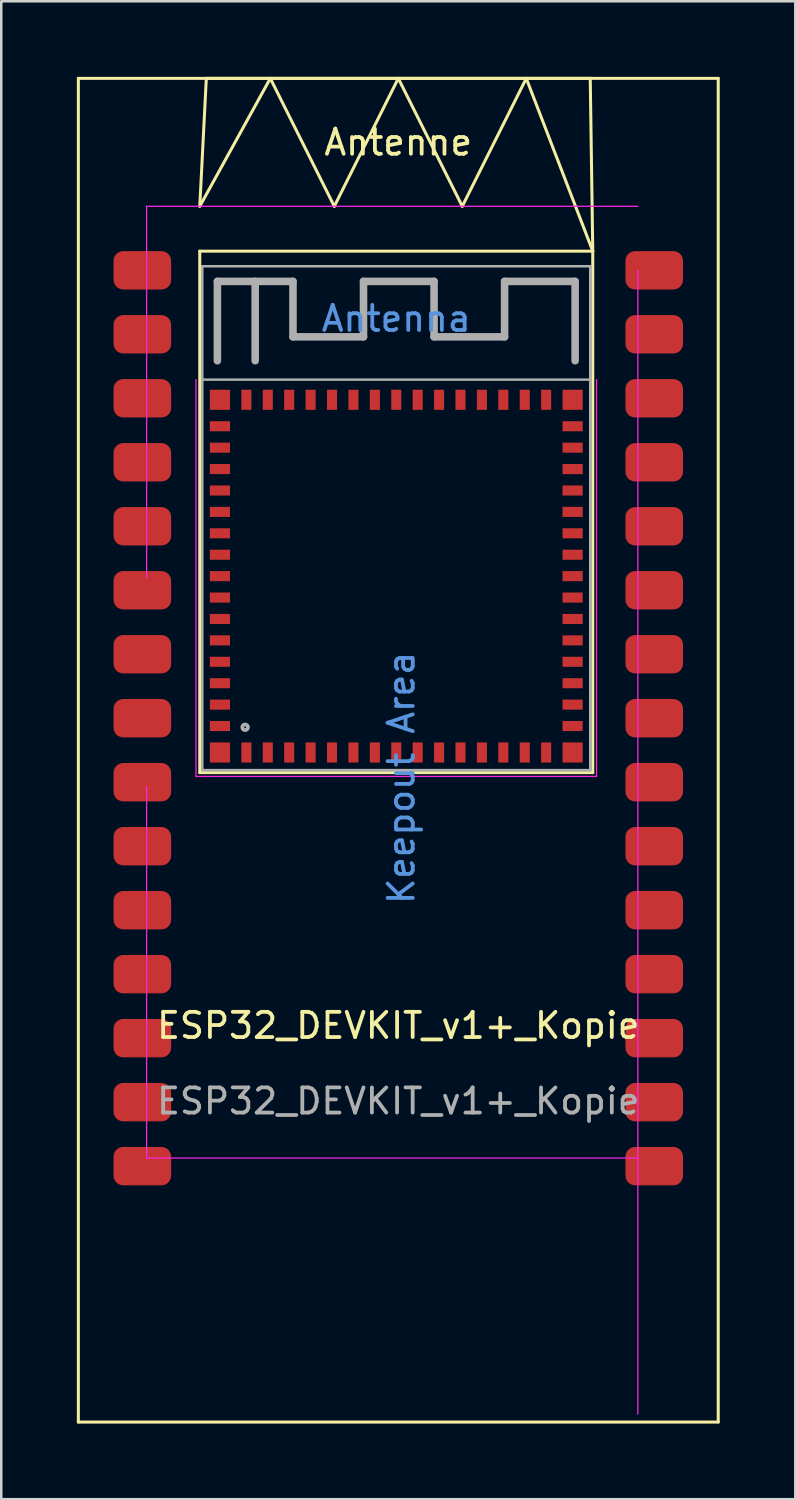
<source format=kicad_pcb>
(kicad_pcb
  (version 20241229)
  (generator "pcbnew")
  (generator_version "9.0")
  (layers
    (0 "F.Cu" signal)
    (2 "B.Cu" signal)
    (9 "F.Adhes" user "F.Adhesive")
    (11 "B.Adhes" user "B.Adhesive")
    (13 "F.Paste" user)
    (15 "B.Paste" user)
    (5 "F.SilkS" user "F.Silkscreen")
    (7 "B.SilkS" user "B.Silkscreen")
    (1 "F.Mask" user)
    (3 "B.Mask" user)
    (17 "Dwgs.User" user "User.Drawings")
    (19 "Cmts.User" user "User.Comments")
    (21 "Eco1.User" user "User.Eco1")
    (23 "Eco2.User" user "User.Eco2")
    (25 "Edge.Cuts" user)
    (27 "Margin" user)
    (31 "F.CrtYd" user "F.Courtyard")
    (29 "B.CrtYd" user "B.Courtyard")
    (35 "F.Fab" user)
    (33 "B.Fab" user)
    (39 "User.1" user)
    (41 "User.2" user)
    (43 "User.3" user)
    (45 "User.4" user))
  (footprint "ESP32_DEVKIT_v1+_Kopie"
    (layer "F.Cu")
    (at 12.76 38.16)
    (property "Reference" "ESP32_DEVKIT_v1+_Kopie" (at 0 -0.5 0) (unlocked yes) (layer "F.SilkS") (effects (font (size 1 1) (thickness 0.15))))
    (attr smd)
    (fp_line (start -12.7 -38.1) (end -12.7 15.24) (stroke (width 0.12) (type solid)) (layer "F.SilkS"))
    (fp_line (start -12.7 -38.1) (end 12.7 -38.1) (stroke (width 0.12) (type solid)) (layer "F.SilkS"))
    (fp_line (start -7.88 -33.02) (end -5.08 -38.1) (stroke (width 0.12) (type solid)) (layer "F.SilkS"))
    (fp_line (start -7.88 -31.24) (end 7.72 -31.24) (stroke (width 0.12) (type solid)) (layer "F.SilkS"))
    (fp_line (start -7.88 -10.54) (end -7.88 -31.24) (stroke (width 0.12) (type solid)) (layer "F.SilkS"))
    (fp_line (start -7.62 -38.1) (end -7.88 -33.02) (stroke (width 0.12) (type solid)) (layer "F.SilkS"))
    (fp_line (start -5.08 -38.1) (end -2.54 -33.02) (stroke (width 0.12) (type solid)) (layer "F.SilkS"))
    (fp_line (start -2.54 -33.02) (end 0 -38.1) (stroke (width 0.12) (type solid)) (layer "F.SilkS"))
    (fp_line (start 0 -38.1) (end 2.54 -33.02) (stroke (width 0.12) (type solid)) (layer "F.SilkS"))
    (fp_line (start 2.54 -33.02) (end 5.08 -38.1) (stroke (width 0.12) (type solid)) (layer "F.SilkS"))
    (fp_line (start 5.08 -38.1) (end 7.72 -31.24) (stroke (width 0.12) (type solid)) (layer "F.SilkS"))
    (fp_line (start 7.62 -38.1) (end -7.62 -38.1) (stroke (width 0.12) (type solid)) (layer "F.SilkS"))
    (fp_line (start 7.72 -31.24) (end 7.62 -38.1) (stroke (width 0.12) (type solid)) (layer "F.SilkS"))
    (fp_line (start 7.72 -31.24) (end 7.72 -10.54) (stroke (width 0.12) (type solid)) (layer "F.SilkS"))
    (fp_line (start 7.72 -10.54) (end -7.88 -10.54) (stroke (width 0.12) (type solid)) (layer "F.SilkS"))
    (fp_line (start 12.7 -38.1) (end 12.7 15.24) (stroke (width 0.12) (type solid)) (layer "F.SilkS"))
    (fp_line (start 12.7 15.24) (end -12.7 15.24) (stroke (width 0.12) (type solid)) (layer "F.SilkS"))
    (fp_line (start -9.99 -33.02) (end 9.51 -33.02) (stroke (width 0.05) (type solid)) (layer "F.CrtYd"))
    (fp_line (start -9.99 -18.27) (end -9.99 -33.02) (stroke (width 0.05) (type solid)) (layer "F.CrtYd"))
    (fp_line (start -9.99 -9.99) (end -9.99 4.76) (stroke (width 0.05) (type solid)) (layer "F.CrtYd"))
    (fp_line (start -9.99 4.76) (end 9.51 4.76) (stroke (width 0.05) (type solid)) (layer "F.CrtYd"))
    (fp_line (start -8.03 -10.39) (end -8.03 -26.14) (stroke (width 0.05) (type solid)) (layer "F.CrtYd"))
    (fp_line (start 7.87 -26.14) (end 7.87 -10.39) (stroke (width 0.05) (type solid)) (layer "F.CrtYd"))
    (fp_line (start 7.87 -10.39) (end -8.03 -10.39) (stroke (width 0.05) (type solid)) (layer "F.CrtYd"))
    (fp_line (start 9.51 -30.48) (end 9.51 14.92) (stroke (width 0.05) (type solid)) (layer "F.CrtYd"))
    (fp_line (start -7.78 -30.64) (end 7.62 -30.64) (stroke (width 0.1) (type solid)) (layer "F.Fab"))
    (fp_line (start -7.78 -26.14) (end 7.62 -26.14) (stroke (width 0.1) (type solid)) (layer "F.Fab"))
    (fp_line (start -7.78 -10.64) (end -7.78 -30.64) (stroke (width 0.1) (type solid)) (layer "F.Fab"))
    (fp_line (start -7.18 -30.04) (end -4.18 -30.04) (stroke (width 0.3) (type solid)) (layer "F.Fab"))
    (fp_line (start -7.18 -26.89) (end -7.18 -30.04) (stroke (width 0.3) (type solid)) (layer "F.Fab"))
    (fp_line (start -5.68 -26.89) (end -5.68 -30.04) (stroke (width 0.3) (type solid)) (layer "F.Fab"))
    (fp_line (start -4.18 -30.04) (end -4.18 -27.84) (stroke (width 0.3) (type solid)) (layer "F.Fab"))
    (fp_line (start -4.18 -27.84) (end -1.38 -27.84) (stroke (width 0.3) (type solid)) (layer "F.Fab"))
    (fp_line (start -1.38 -30.04) (end 1.42 -30.04) (stroke (width 0.3) (type solid)) (layer "F.Fab"))
    (fp_line (start -1.38 -27.84) (end -1.38 -30.04) (stroke (width 0.3) (type solid)) (layer "F.Fab"))
    (fp_line (start 1.42 -30.04) (end 1.42 -27.84) (stroke (width 0.3) (type solid)) (layer "F.Fab"))
    (fp_line (start 1.42 -27.84) (end 4.22 -27.84) (stroke (width 0.3) (type solid)) (layer "F.Fab"))
    (fp_line (start 4.22 -30.04) (end 7.02 -30.04) (stroke (width 0.3) (type solid)) (layer "F.Fab"))
    (fp_line (start 4.22 -27.84) (end 4.22 -30.04) (stroke (width 0.3) (type solid)) (layer "F.Fab"))
    (fp_line (start 7.02 -30.04) (end 7.02 -26.89) (stroke (width 0.3) (type solid)) (layer "F.Fab"))
    (fp_line (start 7.62 -30.64) (end 7.62 -10.64) (stroke (width 0.1) (type solid)) (layer "F.Fab"))
    (fp_line (start 7.62 -10.64) (end -7.78 -10.64) (stroke (width 0.1) (type solid)) (layer "F.Fab"))
    (fp_circle (center -6.08 -12.34) (end -5.968 -12.34) (stroke (width 0.15) (type solid)) (fill no) (layer "F.Fab"))
    (fp_text user "Antenne" (at 0 -35.56 0) (unlocked yes) (layer "F.SilkS") (effects (font (size 1 1) (thickness 0.15))))
    (fp_text user "Antenna" (at -0.08 -28.565 0) (layer "Cmts.User") (effects (font (size 1 1) (thickness 0.15))))
    (fp_text user "Keepout Area" (at 0.12 -10.33 270) (layer "Cmts.User") (effects (font (size 1 1) (thickness 0.15))))
    (fp_text user "${REFERENCE}" (at 0 2.5 0) (unlocked yes) (layer "F.Fab") (effects (font (size 1 1) (thickness 0.15))))
    (pad "1" smd rect (at -7.08 -24.29) (size 0.8 0.4) (layers "F.Cu" "F.Mask" "F.Paste"))
    (pad "2" smd rect (at -7.08 -23.44) (size 0.8 0.4) (layers "F.Cu" "F.Mask" "F.Paste"))
    (pad "3" smd rect (at -7.08 -22.59) (size 0.8 0.4) (layers "F.Cu" "F.Mask" "F.Paste"))
    (pad "3V3" smd roundrect (at 10.16 5.08) (size 2.286 1.524) (layers "F.Cu" "F.Mask" "F.Paste") (roundrect_rratio 0.25))
    (pad "4" smd rect (at -7.08 -21.74) (size 0.8 0.4) (layers "F.Cu" "F.Mask" "F.Paste"))
    (pad "5" smd rect (at -7.08 -20.89) (size 0.8 0.4) (layers "F.Cu" "F.Mask" "F.Paste"))
    (pad "6" smd rect (at -7.08 -20.04) (size 0.8 0.4) (layers "F.Cu" "F.Mask" "F.Paste"))
    (pad "7" smd rect (at -7.08 -19.19) (size 0.8 0.4) (layers "F.Cu" "F.Mask" "F.Paste"))
    (pad "8" smd rect (at -7.08 -18.34) (size 0.8 0.4) (layers "F.Cu" "F.Mask" "F.Paste"))
    (pad "9" smd rect (at -7.08 -17.49) (size 0.8 0.4) (layers "F.Cu" "F.Mask" "F.Paste"))
    (pad "10" smd rect (at -7.08 -16.64) (size 0.8 0.4) (layers "F.Cu" "F.Mask" "F.Paste"))
    (pad "11" smd rect (at -7.08 -15.79) (size 0.8 0.4) (layers "F.Cu" "F.Mask" "F.Paste"))
    (pad "12" smd rect (at -7.08 -14.94) (size 0.8 0.4) (layers "F.Cu" "F.Mask" "F.Paste"))
    (pad "13" smd rect (at -7.08 -14.09) (size 0.8 0.4) (layers "F.Cu" "F.Mask" "F.Paste"))
    (pad "14" smd rect (at -7.08 -13.24) (size 0.8 0.4) (layers "F.Cu" "F.Mask" "F.Paste"))
    (pad "15" smd rect (at -7.08 -12.39) (size 0.8 0.4) (layers "F.Cu" "F.Mask" "F.Paste"))
    (pad "16" smd rect (at -6.03 -11.34 90) (size 0.8 0.4) (layers "F.Cu" "F.Mask" "F.Paste"))
    (pad "17" smd rect (at -5.18 -11.34 90) (size 0.8 0.4) (layers "F.Cu" "F.Mask" "F.Paste"))
    (pad "18" smd rect (at -4.33 -11.34 90) (size 0.8 0.4) (layers "F.Cu" "F.Mask" "F.Paste"))
    (pad "19" smd rect (at -3.48 -11.34 90) (size 0.8 0.4) (layers "F.Cu" "F.Mask" "F.Paste"))
    (pad "20" smd rect (at -2.63 -11.34 90) (size 0.8 0.4) (layers "F.Cu" "F.Mask" "F.Paste"))
    (pad "21" smd rect (at -1.78 -11.34 90) (size 0.8 0.4) (layers "F.Cu" "F.Mask" "F.Paste"))
    (pad "22" smd rect (at -0.93 -11.34 90) (size 0.8 0.4) (layers "F.Cu" "F.Mask" "F.Paste"))
    (pad "23" smd rect (at -0.08 -11.34 90) (size 0.8 0.4) (layers "F.Cu" "F.Mask" "F.Paste"))
    (pad "24" smd rect (at 0.77 -11.34 90) (size 0.8 0.4) (layers "F.Cu" "F.Mask" "F.Paste"))
    (pad "25" smd rect (at 1.62 -11.34 90) (size 0.8 0.4) (layers "F.Cu" "F.Mask" "F.Paste"))
    (pad "26" smd rect (at 2.47 -11.34 90) (size 0.8 0.4) (layers "F.Cu" "F.Mask" "F.Paste"))
    (pad "27" smd rect (at 3.32 -11.34 90) (size 0.8 0.4) (layers "F.Cu" "F.Mask" "F.Paste"))
    (pad "28" smd rect (at 4.17 -11.34 90) (size 0.8 0.4) (layers "F.Cu" "F.Mask" "F.Paste"))
    (pad "29" smd rect (at 5.02 -11.34 90) (size 0.8 0.4) (layers "F.Cu" "F.Mask" "F.Paste"))
    (pad "30" smd rect (at 5.87 -11.34 90) (size 0.8 0.4) (layers "F.Cu" "F.Mask" "F.Paste"))
    (pad "31" smd rect (at 6.92 -12.39) (size 0.8 0.4) (layers "F.Cu" "F.Mask" "F.Paste"))
    (pad "32" smd rect (at 6.92 -13.24) (size 0.8 0.4) (layers "F.Cu" "F.Mask" "F.Paste"))
    (pad "33" smd rect (at 6.92 -14.09) (size 0.8 0.4) (layers "F.Cu" "F.Mask" "F.Paste"))
    (pad "34" smd rect (at 6.92 -14.94) (size 0.8 0.4) (layers "F.Cu" "F.Mask" "F.Paste"))
    (pad "35" smd rect (at 6.92 -15.79) (size 0.8 0.4) (layers "F.Cu" "F.Mask" "F.Paste"))
    (pad "36" smd rect (at 6.92 -16.64) (size 0.8 0.4) (layers "F.Cu" "F.Mask" "F.Paste"))
    (pad "37" smd rect (at 6.92 -17.49) (size 0.8 0.4) (layers "F.Cu" "F.Mask" "F.Paste"))
    (pad "38" smd rect (at 6.92 -18.34) (size 0.8 0.4) (layers "F.Cu" "F.Mask" "F.Paste"))
    (pad "39" smd rect (at 6.92 -19.19) (size 0.8 0.4) (layers "F.Cu" "F.Mask" "F.Paste"))
    (pad "40" smd rect (at 6.92 -20.04) (size 0.8 0.4) (layers "F.Cu" "F.Mask" "F.Paste"))
    (pad "41" smd rect (at 6.92 -20.89) (size 0.8 0.4) (layers "F.Cu" "F.Mask" "F.Paste"))
    (pad "42" smd rect (at 6.92 -21.74) (size 0.8 0.4) (layers "F.Cu" "F.Mask" "F.Paste"))
    (pad "43" smd rect (at 6.92 -22.59) (size 0.8 0.4) (layers "F.Cu" "F.Mask" "F.Paste"))
    (pad "44" smd rect (at 6.92 -23.44) (size 0.8 0.4) (layers "F.Cu" "F.Mask" "F.Paste"))
    (pad "45" smd rect (at 6.92 -24.29) (size 0.8 0.4) (layers "F.Cu" "F.Mask" "F.Paste"))
    (pad "46" smd rect (at 5.87 -25.34 90) (size 0.8 0.4) (layers "F.Cu" "F.Mask" "F.Paste"))
    (pad "47" smd rect (at 5.02 -25.34 90) (size 0.8 0.4) (layers "F.Cu" "F.Mask" "F.Paste"))
    (pad "48" smd rect (at 4.17 -25.34 90) (size 0.8 0.4) (layers "F.Cu" "F.Mask" "F.Paste"))
    (pad "49" smd rect (at 3.32 -25.34 90) (size 0.8 0.4) (layers "F.Cu" "F.Mask" "F.Paste"))
    (pad "50" smd rect (at 2.47 -25.34 90) (size 0.8 0.4) (layers "F.Cu" "F.Mask" "F.Paste"))
    (pad "51" smd rect (at 1.62 -25.34 90) (size 0.8 0.4) (layers "F.Cu" "F.Mask" "F.Paste"))
    (pad "52" smd rect (at 0.77 -25.34 90) (size 0.8 0.4) (layers "F.Cu" "F.Mask" "F.Paste"))
    (pad "53" smd rect (at -0.08 -25.34 90) (size 0.8 0.4) (layers "F.Cu" "F.Mask" "F.Paste"))
    (pad "54" smd rect (at -0.93 -25.34 90) (size 0.8 0.4) (layers "F.Cu" "F.Mask" "F.Paste"))
    (pad "55" smd rect (at -1.78 -25.34 90) (size 0.8 0.4) (layers "F.Cu" "F.Mask" "F.Paste"))
    (pad "56" smd rect (at -2.63 -25.34 90) (size 0.8 0.4) (layers "F.Cu" "F.Mask" "F.Paste"))
    (pad "57" smd rect (at -3.48 -25.34 90) (size 0.8 0.4) (layers "F.Cu" "F.Mask" "F.Paste"))
    (pad "58" smd rect (at -4.33 -25.34 90) (size 0.8 0.4) (layers "F.Cu" "F.Mask" "F.Paste"))
    (pad "59" smd rect (at -5.18 -25.34 90) (size 0.8 0.4) (layers "F.Cu" "F.Mask" "F.Paste"))
    (pad "60" smd rect (at -6.03 -25.34 90) (size 0.8 0.4) (layers "F.Cu" "F.Mask" "F.Paste"))
    (pad "62" smd rect (at -7.08 -25.34) (size 0.8 0.8) (layers "F.Cu" "F.Mask" "F.Paste"))
    (pad "63" smd rect (at -7.08 -11.34) (size 0.8 0.8) (layers "F.Cu" "F.Mask" "F.Paste"))
    (pad "64" smd rect (at 6.92 -11.34) (size 0.8 0.8) (layers "F.Cu" "F.Mask" "F.Paste"))
    (pad "65" smd rect (at 6.92 -25.34) (size 0.8 0.8) (layers "F.Cu" "F.Mask" "F.Paste"))
    (pad "D2" smd roundrect (at 10.16 -2.54) (size 2.286 1.524) (layers "F.Cu" "F.Mask" "F.Paste") (roundrect_rratio 0.25))
    (pad "D4" smd roundrect (at 10.16 -5.08) (size 2.286 1.524) (layers "F.Cu" "F.Mask" "F.Paste") (roundrect_rratio 0.25))
    (pad "D6" smd roundrect (at 10.16 -12.7) (size 2.286 1.524) (layers "F.Cu" "F.Mask" "F.Paste") (roundrect_rratio 0.25))
    (pad "D12" smd roundrect (at -10.16 -2.54) (size 2.286 1.524) (layers "F.Cu" "F.Mask" "F.Paste") (roundrect_rratio 0.25))
    (pad "D13" smd roundrect (at -10.16 0) (size 2.286 1.524) (layers "F.Cu" "F.Mask" "F.Paste") (roundrect_rratio 0.25))
    (pad "D14" smd roundrect (at -10.16 -5.08) (size 2.286 1.524) (layers "F.Cu" "F.Mask" "F.Paste") (roundrect_rratio 0.25))
    (pad "D15" smd roundrect (at 10.16 0) (size 2.286 1.524) (layers "F.Cu" "F.Mask" "F.Paste") (roundrect_rratio 0.25))
    (pad "D16" smd roundrect (at 10.16 -15.24) (size 2.286 1.524) (layers "F.Cu" "F.Mask" "F.Paste") (roundrect_rratio 0.25))
    (pad "D19" smd roundrect (at 10.16 -17.78) (size 2.286 1.524) (layers "F.Cu" "F.Mask" "F.Paste") (roundrect_rratio 0.25))
    (pad "D21" smd roundrect (at 10.16 -20.32) (size 2.286 1.524) (layers "F.Cu" "F.Mask" "F.Paste") (roundrect_rratio 0.25))
    (pad "D22" smd roundrect (at 10.16 -27.94) (size 2.286 1.524) (layers "F.Cu" "F.Mask" "F.Paste") (roundrect_rratio 0.25))
    (pad "D23" smd roundrect (at 10.16 -30.48) (size 2.286 1.524) (layers "F.Cu" "F.Mask" "F.Paste") (roundrect_rratio 0.25))
    (pad "D25" smd roundrect (at -10.16 -12.7) (size 2.286 1.524) (layers "F.Cu" "F.Mask" "F.Paste") (roundrect_rratio 0.25))
    (pad "D26" smd roundrect (at -10.16 -10.16) (size 2.286 1.524) (layers "F.Cu" "F.Mask" "F.Paste") (roundrect_rratio 0.25))
    (pad "D27" smd roundrect (at -10.16 -7.62) (size 2.286 1.524) (layers "F.Cu" "F.Mask" "F.Paste") (roundrect_rratio 0.25))
    (pad "D32" smd roundrect (at -10.16 -17.78) (size 2.286 1.524) (layers "F.Cu" "F.Mask" "F.Paste") (roundrect_rratio 0.25))
    (pad "D33" smd roundrect (at -10.16 -15.24) (size 2.286 1.524) (layers "F.Cu" "F.Mask" "F.Paste") (roundrect_rratio 0.25))
    (pad "D34" smd roundrect (at -10.16 -22.86) (size 2.286 1.524) (layers "F.Cu" "F.Mask" "F.Paste") (roundrect_rratio 0.25))
    (pad "D35" smd roundrect (at -10.16 -20.32) (size 2.286 1.524) (layers "F.Cu" "F.Mask" "F.Paste") (roundrect_rratio 0.25))
    (pad "GND0" smd roundrect (at 10.16 2.54) (size 2.286 1.524) (layers "F.Cu" "F.Mask" "F.Paste") (roundrect_rratio 0.25))
    (pad "GND1" smd roundrect (at -10.16 2.54) (size 2.286 1.524) (layers "F.Cu" "F.Mask" "F.Paste") (roundrect_rratio 0.25))
    (pad "RX0" smd roundrect (at 10.16 -22.86) (size 2.286 1.524) (layers "F.Cu" "F.Mask" "F.Paste") (roundrect_rratio 0.25))
    (pad "RX2" smd roundrect (at 10.16 -7.62) (size 2.286 1.524) (layers "F.Cu" "F.Mask" "F.Paste") (roundrect_rratio 0.25))
    (pad "TX0" smd roundrect (at 10.16 -25.4) (size 2.286 1.524) (layers "F.Cu" "F.Mask" "F.Paste") (roundrect_rratio 0.25))
    (pad "TX2" smd roundrect (at 10.16 -10.16) (size 2.286 1.524) (layers "F.Cu" "F.Mask" "F.Paste") (roundrect_rratio 0.25))
    (pad "VN" smd roundrect (at -10.16 -25.4) (size 2.286 1.524) (layers "F.Cu" "F.Mask" "F.Paste") (roundrect_rratio 0.25))
    (pad "VP" smd roundrect (at -10.16 -27.94) (size 2.286 1.524) (layers "F.Cu" "F.Mask" "F.Paste") (roundrect_rratio 0.25))
    (pad "VP0" smd roundrect (at -10.16 -30.48) (size 2.286 1.524) (layers "F.Cu" "F.Mask" "F.Paste") (roundrect_rratio 0.25))
    (pad "Vin" smd roundrect (at -10.16 5.08) (size 2.286 1.524) (layers "F.Cu" "F.Mask" "F.Paste") (roundrect_rratio 0.25))
    (zone (net_name "") (layers "F.Cu" "B.Cu") (name "Antenna") (hatch full 0.508) (connect_pads) (min_thickness 0.254) (filled_areas_thickness no) (keepout (tracks not_allowed) (vias not_allowed) (pads not_allowed) (copperpour not_allowed) (footprints not_allowed)) (placement (enabled no)) (fill) (polygon (pts (xy 2.77 50.54) (xy 2.77 5.14) (xy 22.27 5.14) (xy 22.27 50.54)))))
  (gr_rect
    (start -3 -3)
    (end 28.52 56.46)
    (stroke (width 0.1) (type default))
    (fill no)
    (layer "Edge.Cuts")))
</source>
